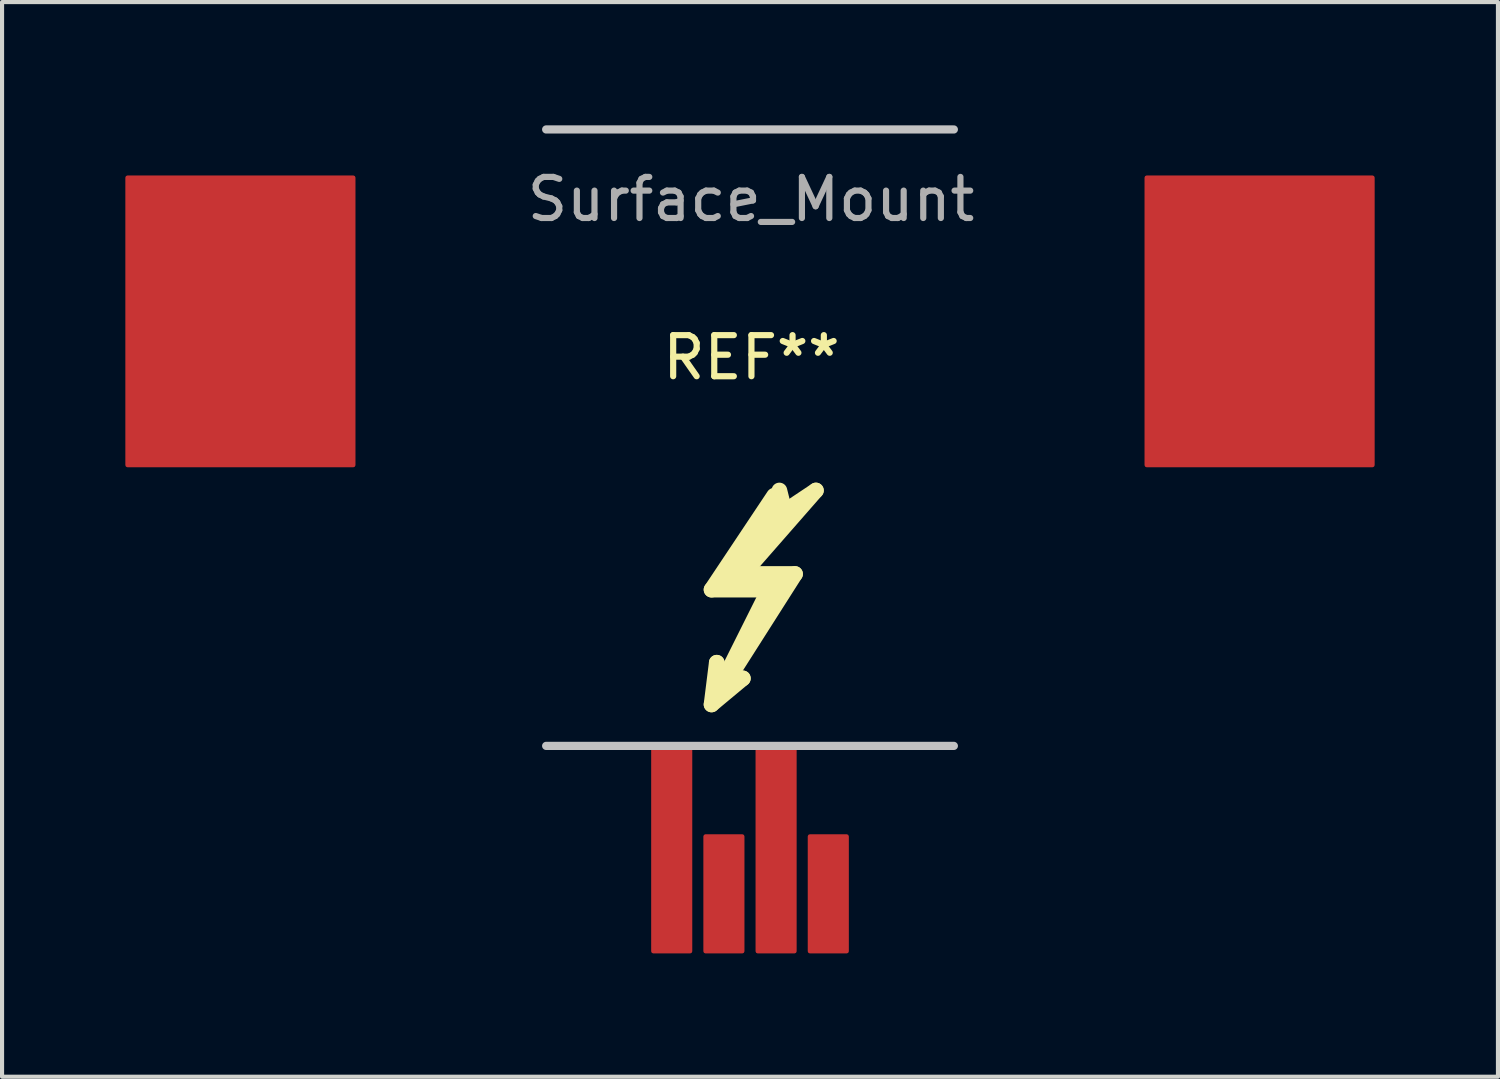
<source format=kicad_pcb>
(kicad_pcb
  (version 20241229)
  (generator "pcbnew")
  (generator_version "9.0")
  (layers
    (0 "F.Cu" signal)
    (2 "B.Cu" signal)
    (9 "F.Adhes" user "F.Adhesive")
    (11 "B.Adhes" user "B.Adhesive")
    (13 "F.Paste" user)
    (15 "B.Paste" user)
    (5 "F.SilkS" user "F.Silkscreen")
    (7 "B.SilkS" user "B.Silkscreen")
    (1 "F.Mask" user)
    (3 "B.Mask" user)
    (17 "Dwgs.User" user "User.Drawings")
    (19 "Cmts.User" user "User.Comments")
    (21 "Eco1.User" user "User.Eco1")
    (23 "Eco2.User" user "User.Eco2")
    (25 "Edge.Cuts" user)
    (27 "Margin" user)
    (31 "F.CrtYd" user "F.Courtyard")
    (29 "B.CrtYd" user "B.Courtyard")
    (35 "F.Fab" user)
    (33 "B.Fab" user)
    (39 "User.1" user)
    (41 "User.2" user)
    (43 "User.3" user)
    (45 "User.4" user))
  (footprint "Surface_Mount"
    (layer "F.Cu")
    (at 15.215 15.13)
    (property "Reference" "Surface_Mount" (at 0.01 -13.33 0) (layer "F.Fab") (effects (font (size 1 1) (thickness 0.15))))
    (attr through_hole)
    (fp_line (start -0.951 -3.832) (end 0.446 -3.832) (stroke (width 0.381) (type solid)) (layer "F.SilkS"))
    (fp_line (start -0.951 -1.038) (end -0.189 -1.673) (stroke (width 0.381) (type solid)) (layer "F.SilkS"))
    (fp_line (start -0.824 -2.054) (end -0.951 -1.038) (stroke (width 0.381) (type solid)) (layer "F.SilkS"))
    (fp_line (start -0.697 -1.546) (end -0.824 -2.054) (stroke (width 0.381) (type solid)) (layer "F.SilkS"))
    (fp_line (start -0.697 -1.419) (end 1.081 -4.213) (stroke (width 0.381) (type solid)) (layer "F.SilkS"))
    (fp_line (start -0.57 -3.959) (end 0.7 -3.959) (stroke (width 0.381) (type solid)) (layer "F.SilkS"))
    (fp_line (start -0.189 -4.213) (end 1.589 -6.245) (stroke (width 0.381) (type solid)) (layer "F.SilkS"))
    (fp_line (start -0.189 -1.673) (end -0.697 -1.419) (stroke (width 0.381) (type solid)) (layer "F.SilkS"))
    (fp_line (start 0.446 -3.832) (end -0.697 -1.546) (stroke (width 0.381) (type solid)) (layer "F.SilkS"))
    (fp_line (start 0.573 -6.118) (end -0.951 -3.832) (stroke (width 0.381) (type solid)) (layer "F.SilkS"))
    (fp_line (start 0.827 -5.864) (end -0.57 -3.959) (stroke (width 0.381) (type solid)) (layer "F.SilkS"))
    (fp_line (start 0.827 -5.737) (end 0.7 -6.245) (stroke (width 0.381) (type solid)) (layer "F.SilkS"))
    (fp_line (start 1.081 -4.213) (end -0.189 -4.213) (stroke (width 0.381) (type solid)) (layer "F.SilkS"))
    (fp_line (start 1.589 -6.245) (end 0.827 -5.737) (stroke (width 0.381) (type solid)) (layer "F.SilkS"))
    (fp_line (start -4.975 -0.03) (end 4.945 -0.03) (stroke (width 0.2) (type solid)) (layer "Dwgs.User"))
    (fp_line (start 4.945 -15.03) (end -4.975 -15.03) (stroke (width 0.2) (type solid)) (layer "Dwgs.User"))
    (fp_text user "REF**" (at 0.02 -9.48 0) (layer "F.SilkS") (effects (font (size 1 1) (thickness 0.15))))
    (pad "1" smd custom (at -1.93 4.59) (size 0.7 0.7) (layers "F.Cu" "F.Mask" "F.Paste") (options (anchor rect)) (primitives (gr_poly (pts (xy -0.44 0.38) (xy 0.46 0.38) (xy 0.46 -4.62) (xy -0.44 -4.62)) (width 0.1) (fill yes))))
    (pad "2" smd custom (at -0.66 4.55) (size 0.7 0.7) (layers "F.Cu" "F.Mask" "F.Paste") (options (anchor rect)) (primitives (gr_poly (pts (xy -0.44 -2.38) (xy 0.46 -2.38) (xy 0.46 0.42) (xy -0.44 0.42)) (width 0.1) (fill yes))))
    (pad "3" smd custom (at 0.59 4.58) (size 0.7 0.7) (layers "F.Cu" "F.Mask" "F.Paste") (options (anchor rect)) (primitives (gr_poly (pts (xy -0.42 0.39) (xy 0.48 0.39) (xy 0.48 -4.61) (xy -0.42 -4.61)) (width 0.1) (fill yes))))
    (pad "4" smd custom (at 1.88 4.6) (size 0.7 0.7) (layers "F.Cu" "F.Mask" "F.Paste") (options (anchor rect)) (primitives (gr_poly (pts (xy 0.46 -2.43) (xy -0.44 -2.43) (xy -0.44 0.37) (xy 0.46 0.37)) (width 0.1) (fill yes))))
    (pad "5" smd custom (at -12.446 -10.414) (size 1.524 1.524) (layers "F.Cu" "F.Mask" "F.Paste") (options (anchor rect)) (primitives (gr_poly (pts (xy -2.719 -3.446) (xy 2.781 -3.446) (xy 2.781 3.554) (xy -2.719 3.554)) (width 0.1) (fill yes))))
    (pad "6" smd custom (at 12.446 -10.668) (size 1.524 1.524) (layers "F.Cu" "F.Mask" "F.Paste") (options (anchor rect)) (primitives (gr_poly (pts (xy -2.811 3.808) (xy 2.689 3.808) (xy 2.689 -3.192) (xy -2.811 -3.192)) (width 0.1) (fill yes)))))
  (gr_rect
    (start -3 -3)
    (end 33.4 23.15)
    (stroke (width 0.1) (type default))
    (fill no)
    (layer "Edge.Cuts")))
</source>
